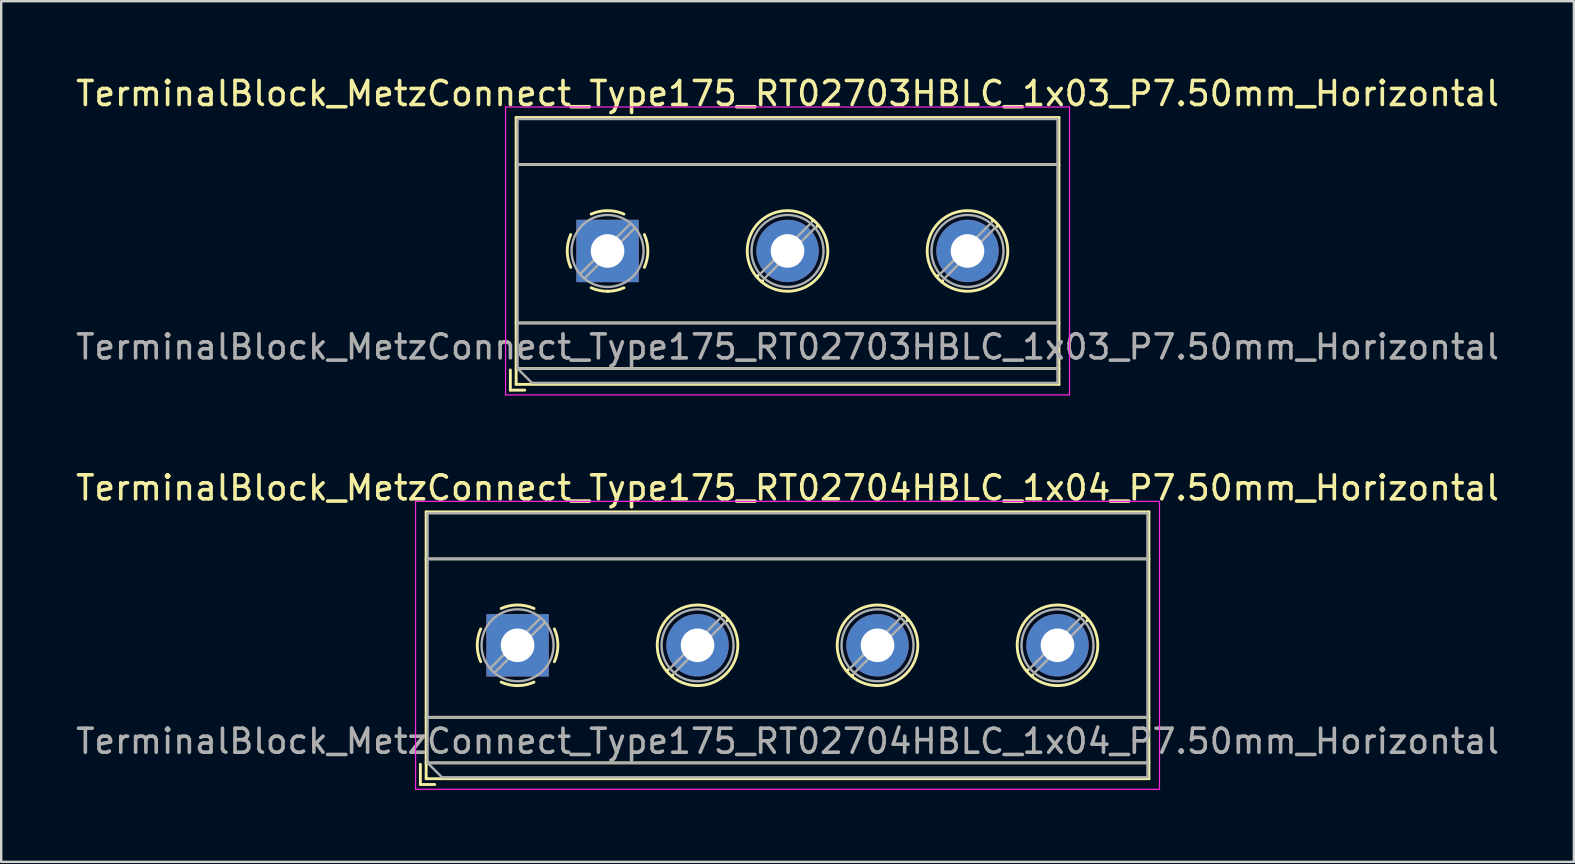
<source format=kicad_pcb>
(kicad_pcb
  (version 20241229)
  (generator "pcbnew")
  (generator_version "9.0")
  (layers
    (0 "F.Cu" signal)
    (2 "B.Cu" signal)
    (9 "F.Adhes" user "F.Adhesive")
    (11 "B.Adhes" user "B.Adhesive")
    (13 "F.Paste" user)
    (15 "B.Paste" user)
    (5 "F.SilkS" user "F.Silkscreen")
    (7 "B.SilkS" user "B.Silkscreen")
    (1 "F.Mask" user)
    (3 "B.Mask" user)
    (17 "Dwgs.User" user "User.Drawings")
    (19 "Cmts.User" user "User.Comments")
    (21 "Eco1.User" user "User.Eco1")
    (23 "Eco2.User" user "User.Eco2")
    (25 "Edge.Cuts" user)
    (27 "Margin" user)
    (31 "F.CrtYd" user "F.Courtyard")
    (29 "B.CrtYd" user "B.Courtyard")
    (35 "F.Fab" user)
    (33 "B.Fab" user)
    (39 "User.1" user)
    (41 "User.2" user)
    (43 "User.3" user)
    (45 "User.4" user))
  (footprint "TerminalBlock_MetzConnect_Type175_RT02703HBLC_1x03_P7.50mm_Horizontal"
    (layer "F.Cu")
    (at 22.268 7.408)
    (property "Reference" "TerminalBlock_MetzConnect_Type175_RT02703HBLC_1x03_P7.50mm_Horizontal" (at 7.5 -6.56 0) (layer "F.SilkS") (effects (font (size 1 1) (thickness 0.15))))
    (attr through_hole)
    (fp_line (start -4.05 4.96) (end -4.05 5.8) (stroke (width 0.12) (type solid)) (layer "F.SilkS"))
    (fp_line (start -4.05 5.8) (end -3.45 5.8) (stroke (width 0.12) (type solid)) (layer "F.SilkS"))
    (fp_line (start -3.81 -5.56) (end -3.81 5.56) (stroke (width 0.12) (type solid)) (layer "F.SilkS"))
    (fp_line (start -3.81 -5.56) (end 18.811 -5.56) (stroke (width 0.12) (type solid)) (layer "F.SilkS"))
    (fp_line (start -3.81 -3.6) (end 18.811 -3.6) (stroke (width 0.12) (type solid)) (layer "F.SilkS"))
    (fp_line (start -3.81 3) (end 18.811 3) (stroke (width 0.12) (type solid)) (layer "F.SilkS"))
    (fp_line (start -3.81 4.9) (end 18.811 4.9) (stroke (width 0.12) (type solid)) (layer "F.SilkS"))
    (fp_line (start -3.81 5.56) (end 18.811 5.56) (stroke (width 0.12) (type solid)) (layer "F.SilkS"))
    (fp_line (start 6.273 1.023) (end 6.226 1.069) (stroke (width 0.12) (type solid)) (layer "F.SilkS"))
    (fp_line (start 6.466 1.239) (end 6.431 1.274) (stroke (width 0.12) (type solid)) (layer "F.SilkS"))
    (fp_line (start 8.57 -1.275) (end 8.535 -1.239) (stroke (width 0.12) (type solid)) (layer "F.SilkS"))
    (fp_line (start 8.775 -1.069) (end 8.728 -1.023) (stroke (width 0.12) (type solid)) (layer "F.SilkS"))
    (fp_line (start 13.773 1.023) (end 13.726 1.069) (stroke (width 0.12) (type solid)) (layer "F.SilkS"))
    (fp_line (start 13.966 1.239) (end 13.931 1.274) (stroke (width 0.12) (type solid)) (layer "F.SilkS"))
    (fp_line (start 16.07 -1.275) (end 16.035 -1.239) (stroke (width 0.12) (type solid)) (layer "F.SilkS"))
    (fp_line (start 16.275 -1.069) (end 16.228 -1.023) (stroke (width 0.12) (type solid)) (layer "F.SilkS"))
    (fp_line (start 18.811 -5.56) (end 18.811 5.56) (stroke (width 0.12) (type solid)) (layer "F.SilkS"))
    (fp_arc (start -1.535427 0.683042) (mid -1.680501 -0.000524) (end -1.535 -0.684) (stroke (width 0.12) (type solid)) (layer "F.SilkS"))
    (fp_arc (start -0.683042 -1.535427) (mid 0.000524 -1.680501) (end 0.684 -1.535) (stroke (width 0.12) (type solid)) (layer "F.SilkS"))
    (fp_arc (start 0.028805 1.680253) (mid -0.335551 1.646659) (end -0.684 1.535) (stroke (width 0.12) (type solid)) (layer "F.SilkS"))
    (fp_arc (start 0.683318 1.534756) (mid 0.349292 1.643288) (end 0 1.68) (stroke (width 0.12) (type solid)) (layer "F.SilkS"))
    (fp_arc (start 1.535427 -0.683042) (mid 1.680501 0.000524) (end 1.535 0.684) (stroke (width 0.12) (type solid)) (layer "F.SilkS"))
    (fp_circle (center 7.5 0) (end 9.18 0) (stroke (width 0.12) (type solid)) (fill no) (layer "F.SilkS"))
    (fp_circle (center 15 0) (end 16.68 0) (stroke (width 0.12) (type solid)) (fill no) (layer "F.SilkS"))
    (fp_line (start -4.25 -6) (end -4.25 6) (stroke (width 0.05) (type solid)) (layer "F.CrtYd"))
    (fp_line (start -4.25 6) (end 19.25 6) (stroke (width 0.05) (type solid)) (layer "F.CrtYd"))
    (fp_line (start 19.25 -6) (end -4.25 -6) (stroke (width 0.05) (type solid)) (layer "F.CrtYd"))
    (fp_line (start 19.25 6) (end 19.25 -6) (stroke (width 0.05) (type solid)) (layer "F.CrtYd"))
    (fp_line (start -3.75 -5.5) (end 18.75 -5.5) (stroke (width 0.1) (type solid)) (layer "F.Fab"))
    (fp_line (start -3.75 -3.6) (end 18.75 -3.6) (stroke (width 0.1) (type solid)) (layer "F.Fab"))
    (fp_line (start -3.75 3) (end 18.75 3) (stroke (width 0.1) (type solid)) (layer "F.Fab"))
    (fp_line (start -3.75 4.9) (end -3.75 -5.5) (stroke (width 0.1) (type solid)) (layer "F.Fab"))
    (fp_line (start -3.75 4.9) (end 18.75 4.9) (stroke (width 0.1) (type solid)) (layer "F.Fab"))
    (fp_line (start -3.15 5.5) (end -3.75 4.9) (stroke (width 0.1) (type solid)) (layer "F.Fab"))
    (fp_line (start 0.955 -1.138) (end -1.138 0.955) (stroke (width 0.1) (type solid)) (layer "F.Fab"))
    (fp_line (start 1.138 -0.955) (end -0.955 1.138) (stroke (width 0.1) (type solid)) (layer "F.Fab"))
    (fp_line (start 8.455 -1.138) (end 6.363 0.955) (stroke (width 0.1) (type solid)) (layer "F.Fab"))
    (fp_line (start 8.638 -0.955) (end 6.546 1.138) (stroke (width 0.1) (type solid)) (layer "F.Fab"))
    (fp_line (start 15.955 -1.138) (end 13.863 0.955) (stroke (width 0.1) (type solid)) (layer "F.Fab"))
    (fp_line (start 16.138 -0.955) (end 14.046 1.138) (stroke (width 0.1) (type solid)) (layer "F.Fab"))
    (fp_line (start 18.75 -5.5) (end 18.75 5.5) (stroke (width 0.1) (type solid)) (layer "F.Fab"))
    (fp_line (start 18.75 5.5) (end -3.15 5.5) (stroke (width 0.1) (type solid)) (layer "F.Fab"))
    (fp_circle (center 0 0) (end 1.5 0) (stroke (width 0.1) (type solid)) (fill no) (layer "F.Fab"))
    (fp_circle (center 7.5 0) (end 9 0) (stroke (width 0.1) (type solid)) (fill no) (layer "F.Fab"))
    (fp_circle (center 15 0) (end 16.5 0) (stroke (width 0.1) (type solid)) (fill no) (layer "F.Fab"))
    (fp_text user "${REFERENCE}" (at 7.5 4 0) (layer "F.Fab") (effects (font (size 1 1) (thickness 0.15))))
    (pad "1" thru_hole rect (at 0 0) (size 2.6 2.6) (drill 1.4) (layers "*.Cu" "*.Mask"))
    (pad "2" thru_hole circle (at 7.5 0) (size 2.6 2.6) (drill 1.4) (layers "*.Cu" "*.Mask"))
    (pad "3" thru_hole circle (at 15 0) (size 2.6 2.6) (drill 1.4) (layers "*.Cu" "*.Mask")))
  (footprint "TerminalBlock_MetzConnect_Type175_RT02704HBLC_1x04_P7.50mm_Horizontal"
    (layer "F.Cu")
    (at 18.518 23.841)
    (property "Reference" "TerminalBlock_MetzConnect_Type175_RT02704HBLC_1x04_P7.50mm_Horizontal" (at 11.25 -6.56 0) (layer "F.SilkS") (effects (font (size 1 1) (thickness 0.15))))
    (attr through_hole)
    (fp_line (start -4.05 4.96) (end -4.05 5.8) (stroke (width 0.12) (type solid)) (layer "F.SilkS"))
    (fp_line (start -4.05 5.8) (end -3.45 5.8) (stroke (width 0.12) (type solid)) (layer "F.SilkS"))
    (fp_line (start -3.81 -5.56) (end -3.81 5.56) (stroke (width 0.12) (type solid)) (layer "F.SilkS"))
    (fp_line (start -3.81 -5.56) (end 26.31 -5.56) (stroke (width 0.12) (type solid)) (layer "F.SilkS"))
    (fp_line (start -3.81 -3.6) (end 26.31 -3.6) (stroke (width 0.12) (type solid)) (layer "F.SilkS"))
    (fp_line (start -3.81 3) (end 26.31 3) (stroke (width 0.12) (type solid)) (layer "F.SilkS"))
    (fp_line (start -3.81 4.9) (end 26.31 4.9) (stroke (width 0.12) (type solid)) (layer "F.SilkS"))
    (fp_line (start -3.81 5.56) (end 26.31 5.56) (stroke (width 0.12) (type solid)) (layer "F.SilkS"))
    (fp_line (start 6.273 1.023) (end 6.226 1.069) (stroke (width 0.12) (type solid)) (layer "F.SilkS"))
    (fp_line (start 6.466 1.239) (end 6.431 1.274) (stroke (width 0.12) (type solid)) (layer "F.SilkS"))
    (fp_line (start 8.57 -1.275) (end 8.535 -1.239) (stroke (width 0.12) (type solid)) (layer "F.SilkS"))
    (fp_line (start 8.775 -1.069) (end 8.728 -1.023) (stroke (width 0.12) (type solid)) (layer "F.SilkS"))
    (fp_line (start 13.773 1.023) (end 13.726 1.069) (stroke (width 0.12) (type solid)) (layer "F.SilkS"))
    (fp_line (start 13.966 1.239) (end 13.931 1.274) (stroke (width 0.12) (type solid)) (layer "F.SilkS"))
    (fp_line (start 16.07 -1.275) (end 16.035 -1.239) (stroke (width 0.12) (type solid)) (layer "F.SilkS"))
    (fp_line (start 16.275 -1.069) (end 16.228 -1.023) (stroke (width 0.12) (type solid)) (layer "F.SilkS"))
    (fp_line (start 21.273 1.023) (end 21.226 1.069) (stroke (width 0.12) (type solid)) (layer "F.SilkS"))
    (fp_line (start 21.466 1.239) (end 21.431 1.274) (stroke (width 0.12) (type solid)) (layer "F.SilkS"))
    (fp_line (start 23.57 -1.275) (end 23.535 -1.239) (stroke (width 0.12) (type solid)) (layer "F.SilkS"))
    (fp_line (start 23.775 -1.069) (end 23.728 -1.023) (stroke (width 0.12) (type solid)) (layer "F.SilkS"))
    (fp_line (start 26.31 -5.56) (end 26.31 5.56) (stroke (width 0.12) (type solid)) (layer "F.SilkS"))
    (fp_arc (start -1.535427 0.683042) (mid -1.680501 -0.000524) (end -1.535 -0.684) (stroke (width 0.12) (type solid)) (layer "F.SilkS"))
    (fp_arc (start -0.683042 -1.535427) (mid 0.000524 -1.680501) (end 0.684 -1.535) (stroke (width 0.12) (type solid)) (layer "F.SilkS"))
    (fp_arc (start 0.028805 1.680253) (mid -0.335551 1.646659) (end -0.684 1.535) (stroke (width 0.12) (type solid)) (layer "F.SilkS"))
    (fp_arc (start 0.683318 1.534756) (mid 0.349292 1.643288) (end 0 1.68) (stroke (width 0.12) (type solid)) (layer "F.SilkS"))
    (fp_arc (start 1.535427 -0.683042) (mid 1.680501 0.000524) (end 1.535 0.684) (stroke (width 0.12) (type solid)) (layer "F.SilkS"))
    (fp_circle (center 7.5 0) (end 9.18 0) (stroke (width 0.12) (type solid)) (fill no) (layer "F.SilkS"))
    (fp_circle (center 15 0) (end 16.68 0) (stroke (width 0.12) (type solid)) (fill no) (layer "F.SilkS"))
    (fp_circle (center 22.5 0) (end 24.18 0) (stroke (width 0.12) (type solid)) (fill no) (layer "F.SilkS"))
    (fp_line (start -4.25 -6) (end -4.25 6) (stroke (width 0.05) (type solid)) (layer "F.CrtYd"))
    (fp_line (start -4.25 6) (end 26.75 6) (stroke (width 0.05) (type solid)) (layer "F.CrtYd"))
    (fp_line (start 26.75 -6) (end -4.25 -6) (stroke (width 0.05) (type solid)) (layer "F.CrtYd"))
    (fp_line (start 26.75 6) (end 26.75 -6) (stroke (width 0.05) (type solid)) (layer "F.CrtYd"))
    (fp_line (start -3.75 -5.5) (end 26.25 -5.5) (stroke (width 0.1) (type solid)) (layer "F.Fab"))
    (fp_line (start -3.75 -3.6) (end 26.25 -3.6) (stroke (width 0.1) (type solid)) (layer "F.Fab"))
    (fp_line (start -3.75 3) (end 26.25 3) (stroke (width 0.1) (type solid)) (layer "F.Fab"))
    (fp_line (start -3.75 4.9) (end -3.75 -5.5) (stroke (width 0.1) (type solid)) (layer "F.Fab"))
    (fp_line (start -3.75 4.9) (end 26.25 4.9) (stroke (width 0.1) (type solid)) (layer "F.Fab"))
    (fp_line (start -3.15 5.5) (end -3.75 4.9) (stroke (width 0.1) (type solid)) (layer "F.Fab"))
    (fp_line (start 0.955 -1.138) (end -1.138 0.955) (stroke (width 0.1) (type solid)) (layer "F.Fab"))
    (fp_line (start 1.138 -0.955) (end -0.955 1.138) (stroke (width 0.1) (type solid)) (layer "F.Fab"))
    (fp_line (start 8.455 -1.138) (end 6.363 0.955) (stroke (width 0.1) (type solid)) (layer "F.Fab"))
    (fp_line (start 8.638 -0.955) (end 6.546 1.138) (stroke (width 0.1) (type solid)) (layer "F.Fab"))
    (fp_line (start 15.955 -1.138) (end 13.863 0.955) (stroke (width 0.1) (type solid)) (layer "F.Fab"))
    (fp_line (start 16.138 -0.955) (end 14.046 1.138) (stroke (width 0.1) (type solid)) (layer "F.Fab"))
    (fp_line (start 23.455 -1.138) (end 21.363 0.955) (stroke (width 0.1) (type solid)) (layer "F.Fab"))
    (fp_line (start 23.638 -0.955) (end 21.546 1.138) (stroke (width 0.1) (type solid)) (layer "F.Fab"))
    (fp_line (start 26.25 -5.5) (end 26.25 5.5) (stroke (width 0.1) (type solid)) (layer "F.Fab"))
    (fp_line (start 26.25 5.5) (end -3.15 5.5) (stroke (width 0.1) (type solid)) (layer "F.Fab"))
    (fp_circle (center 0 0) (end 1.5 0) (stroke (width 0.1) (type solid)) (fill no) (layer "F.Fab"))
    (fp_circle (center 7.5 0) (end 9 0) (stroke (width 0.1) (type solid)) (fill no) (layer "F.Fab"))
    (fp_circle (center 15 0) (end 16.5 0) (stroke (width 0.1) (type solid)) (fill no) (layer "F.Fab"))
    (fp_circle (center 22.5 0) (end 24 0) (stroke (width 0.1) (type solid)) (fill no) (layer "F.Fab"))
    (fp_text user "${REFERENCE}" (at 11.25 4 0) (layer "F.Fab") (effects (font (size 1 1) (thickness 0.15))))
    (pad "1" thru_hole rect (at 0 0) (size 2.6 2.6) (drill 1.4) (layers "*.Cu" "*.Mask"))
    (pad "2" thru_hole circle (at 7.5 0) (size 2.6 2.6) (drill 1.4) (layers "*.Cu" "*.Mask"))
    (pad "3" thru_hole circle (at 15 0) (size 2.6 2.6) (drill 1.4) (layers "*.Cu" "*.Mask"))
    (pad "4" thru_hole circle (at 22.5 0) (size 2.6 2.6) (drill 1.4) (layers "*.Cu" "*.Mask")))
  (gr_rect
    (start -3 -3)
    (end 62.536 32.867)
    (stroke (width 0.1) (type default))
    (fill no)
    (layer "Edge.Cuts")))
</source>
